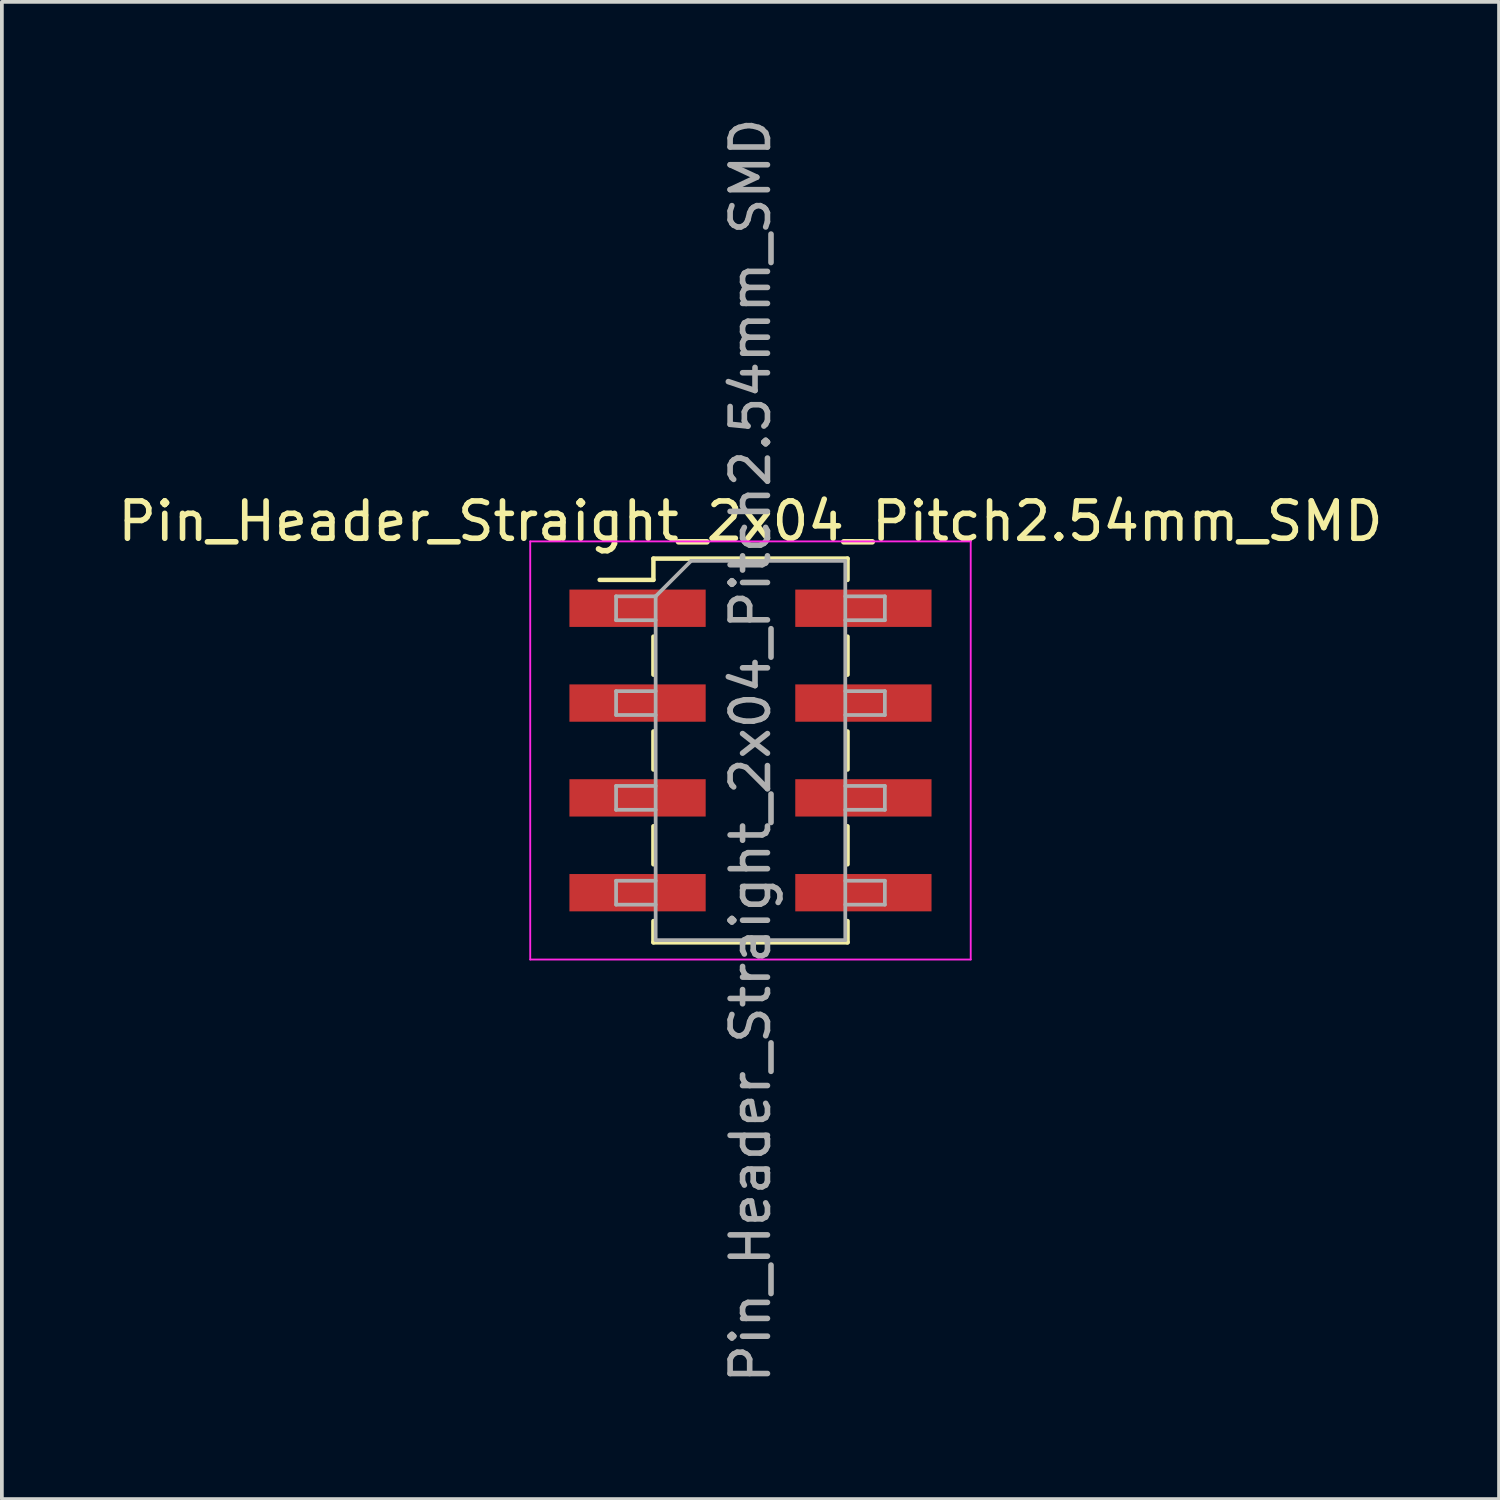
<source format=kicad_pcb>
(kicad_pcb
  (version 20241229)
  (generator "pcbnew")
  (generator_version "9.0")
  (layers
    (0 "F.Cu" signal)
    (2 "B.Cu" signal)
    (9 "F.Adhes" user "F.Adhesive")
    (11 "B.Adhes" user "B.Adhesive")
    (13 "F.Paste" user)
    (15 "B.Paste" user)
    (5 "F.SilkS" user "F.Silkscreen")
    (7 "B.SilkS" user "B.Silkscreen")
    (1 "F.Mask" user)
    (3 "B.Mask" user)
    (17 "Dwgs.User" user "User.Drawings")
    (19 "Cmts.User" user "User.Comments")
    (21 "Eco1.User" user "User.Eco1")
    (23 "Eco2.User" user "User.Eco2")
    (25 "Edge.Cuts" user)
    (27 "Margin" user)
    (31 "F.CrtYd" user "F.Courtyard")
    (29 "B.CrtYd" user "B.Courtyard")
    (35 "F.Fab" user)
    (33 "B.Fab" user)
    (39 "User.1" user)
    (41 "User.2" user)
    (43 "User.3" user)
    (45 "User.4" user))
  (footprint "Pin_Header_Straight_2x04_Pitch2.54mm_SMD"
    (layer "F.Cu")
    (at 17.054 17.054)
    (property "Reference" "Pin_Header_Straight_2x04_Pitch2.54mm_SMD" (at 0 -6.14 180) (layer "F.SilkS") (effects (font (size 1 1) (thickness 0.15))))
    (attr smd)
    (fp_line (start -4.04 -4.57) (end -2.6 -4.57) (stroke (width 0.12) (type solid)) (layer "F.SilkS"))
    (fp_line (start -2.6 -5.14) (end -2.6 -4.57) (stroke (width 0.12) (type solid)) (layer "F.SilkS"))
    (fp_line (start -2.6 -5.14) (end 2.6 -5.14) (stroke (width 0.12) (type solid)) (layer "F.SilkS"))
    (fp_line (start -2.6 -3.05) (end -2.6 -2.03) (stroke (width 0.12) (type solid)) (layer "F.SilkS"))
    (fp_line (start -2.6 -0.51) (end -2.6 0.51) (stroke (width 0.12) (type solid)) (layer "F.SilkS"))
    (fp_line (start -2.6 2.03) (end -2.6 3.05) (stroke (width 0.12) (type solid)) (layer "F.SilkS"))
    (fp_line (start -2.6 4.57) (end -2.6 5.14) (stroke (width 0.12) (type solid)) (layer "F.SilkS"))
    (fp_line (start -2.6 5.14) (end 2.6 5.14) (stroke (width 0.12) (type solid)) (layer "F.SilkS"))
    (fp_line (start 2.6 -5.14) (end 2.6 -4.57) (stroke (width 0.12) (type solid)) (layer "F.SilkS"))
    (fp_line (start 2.6 -3.05) (end 2.6 -2.03) (stroke (width 0.12) (type solid)) (layer "F.SilkS"))
    (fp_line (start 2.6 -0.51) (end 2.6 0.51) (stroke (width 0.12) (type solid)) (layer "F.SilkS"))
    (fp_line (start 2.6 2.03) (end 2.6 3.05) (stroke (width 0.12) (type solid)) (layer "F.SilkS"))
    (fp_line (start 2.6 4.57) (end 2.6 5.14) (stroke (width 0.12) (type solid)) (layer "F.SilkS"))
    (fp_line (start -5.9 -5.6) (end -5.9 5.6) (stroke (width 0.05) (type solid)) (layer "F.CrtYd"))
    (fp_line (start -5.9 5.6) (end 5.9 5.6) (stroke (width 0.05) (type solid)) (layer "F.CrtYd"))
    (fp_line (start 5.9 -5.6) (end -5.9 -5.6) (stroke (width 0.05) (type solid)) (layer "F.CrtYd"))
    (fp_line (start 5.9 5.6) (end 5.9 -5.6) (stroke (width 0.05) (type solid)) (layer "F.CrtYd"))
    (fp_line (start -3.6 -4.13) (end -3.6 -3.49) (stroke (width 0.1) (type solid)) (layer "F.Fab"))
    (fp_line (start -3.6 -3.49) (end -2.54 -3.49) (stroke (width 0.1) (type solid)) (layer "F.Fab"))
    (fp_line (start -3.6 -1.59) (end -3.6 -0.95) (stroke (width 0.1) (type solid)) (layer "F.Fab"))
    (fp_line (start -3.6 -0.95) (end -2.54 -0.95) (stroke (width 0.1) (type solid)) (layer "F.Fab"))
    (fp_line (start -3.6 0.95) (end -3.6 1.59) (stroke (width 0.1) (type solid)) (layer "F.Fab"))
    (fp_line (start -3.6 1.59) (end -2.54 1.59) (stroke (width 0.1) (type solid)) (layer "F.Fab"))
    (fp_line (start -3.6 3.49) (end -3.6 4.13) (stroke (width 0.1) (type solid)) (layer "F.Fab"))
    (fp_line (start -3.6 4.13) (end -2.54 4.13) (stroke (width 0.1) (type solid)) (layer "F.Fab"))
    (fp_line (start -2.54 -4.13) (end -3.6 -4.13) (stroke (width 0.1) (type solid)) (layer "F.Fab"))
    (fp_line (start -2.54 -4.13) (end -1.59 -5.08) (stroke (width 0.1) (type solid)) (layer "F.Fab"))
    (fp_line (start -2.54 -1.59) (end -3.6 -1.59) (stroke (width 0.1) (type solid)) (layer "F.Fab"))
    (fp_line (start -2.54 0.95) (end -3.6 0.95) (stroke (width 0.1) (type solid)) (layer "F.Fab"))
    (fp_line (start -2.54 3.49) (end -3.6 3.49) (stroke (width 0.1) (type solid)) (layer "F.Fab"))
    (fp_line (start -2.54 5.08) (end -2.54 -4.13) (stroke (width 0.1) (type solid)) (layer "F.Fab"))
    (fp_line (start -1.59 -5.08) (end 2.54 -5.08) (stroke (width 0.1) (type solid)) (layer "F.Fab"))
    (fp_line (start 2.54 -5.08) (end 2.54 5.08) (stroke (width 0.1) (type solid)) (layer "F.Fab"))
    (fp_line (start 2.54 -4.13) (end 3.6 -4.13) (stroke (width 0.1) (type solid)) (layer "F.Fab"))
    (fp_line (start 2.54 -1.59) (end 3.6 -1.59) (stroke (width 0.1) (type solid)) (layer "F.Fab"))
    (fp_line (start 2.54 0.95) (end 3.6 0.95) (stroke (width 0.1) (type solid)) (layer "F.Fab"))
    (fp_line (start 2.54 3.49) (end 3.6 3.49) (stroke (width 0.1) (type solid)) (layer "F.Fab"))
    (fp_line (start 2.54 5.08) (end -2.54 5.08) (stroke (width 0.1) (type solid)) (layer "F.Fab"))
    (fp_line (start 3.6 -4.13) (end 3.6 -3.49) (stroke (width 0.1) (type solid)) (layer "F.Fab"))
    (fp_line (start 3.6 -3.49) (end 2.54 -3.49) (stroke (width 0.1) (type solid)) (layer "F.Fab"))
    (fp_line (start 3.6 -1.59) (end 3.6 -0.95) (stroke (width 0.1) (type solid)) (layer "F.Fab"))
    (fp_line (start 3.6 -0.95) (end 2.54 -0.95) (stroke (width 0.1) (type solid)) (layer "F.Fab"))
    (fp_line (start 3.6 0.95) (end 3.6 1.59) (stroke (width 0.1) (type solid)) (layer "F.Fab"))
    (fp_line (start 3.6 1.59) (end 2.54 1.59) (stroke (width 0.1) (type solid)) (layer "F.Fab"))
    (fp_line (start 3.6 3.49) (end 3.6 4.13) (stroke (width 0.1) (type solid)) (layer "F.Fab"))
    (fp_line (start 3.6 4.13) (end 2.54 4.13) (stroke (width 0.1) (type solid)) (layer "F.Fab"))
    (fp_text user "${REFERENCE}" (at 0 0 90) (layer "F.Fab") (effects (font (size 1 1) (thickness 0.15))))
    (pad "1" smd rect (at -3.025 -3.81) (size 3.65 1) (layers "F.Cu" "F.Mask" "F.Paste"))
    (pad "2" smd rect (at 3.025 -3.81) (size 3.65 1) (layers "F.Cu" "F.Mask" "F.Paste"))
    (pad "3" smd rect (at -3.025 -1.27) (size 3.65 1) (layers "F.Cu" "F.Mask" "F.Paste"))
    (pad "4" smd rect (at 3.025 -1.27) (size 3.65 1) (layers "F.Cu" "F.Mask" "F.Paste"))
    (pad "5" smd rect (at -3.025 1.27) (size 3.65 1) (layers "F.Cu" "F.Mask" "F.Paste"))
    (pad "6" smd rect (at 3.025 1.27) (size 3.65 1) (layers "F.Cu" "F.Mask" "F.Paste"))
    (pad "7" smd rect (at -3.025 3.81) (size 3.65 1) (layers "F.Cu" "F.Mask" "F.Paste"))
    (pad "8" smd rect (at 3.025 3.81) (size 3.65 1) (layers "F.Cu" "F.Mask" "F.Paste")))
  (gr_rect
    (start -3 -3)
    (end 37.107 37.107)
    (stroke (width 0.1) (type default))
    (fill no)
    (layer "Edge.Cuts")))
</source>
